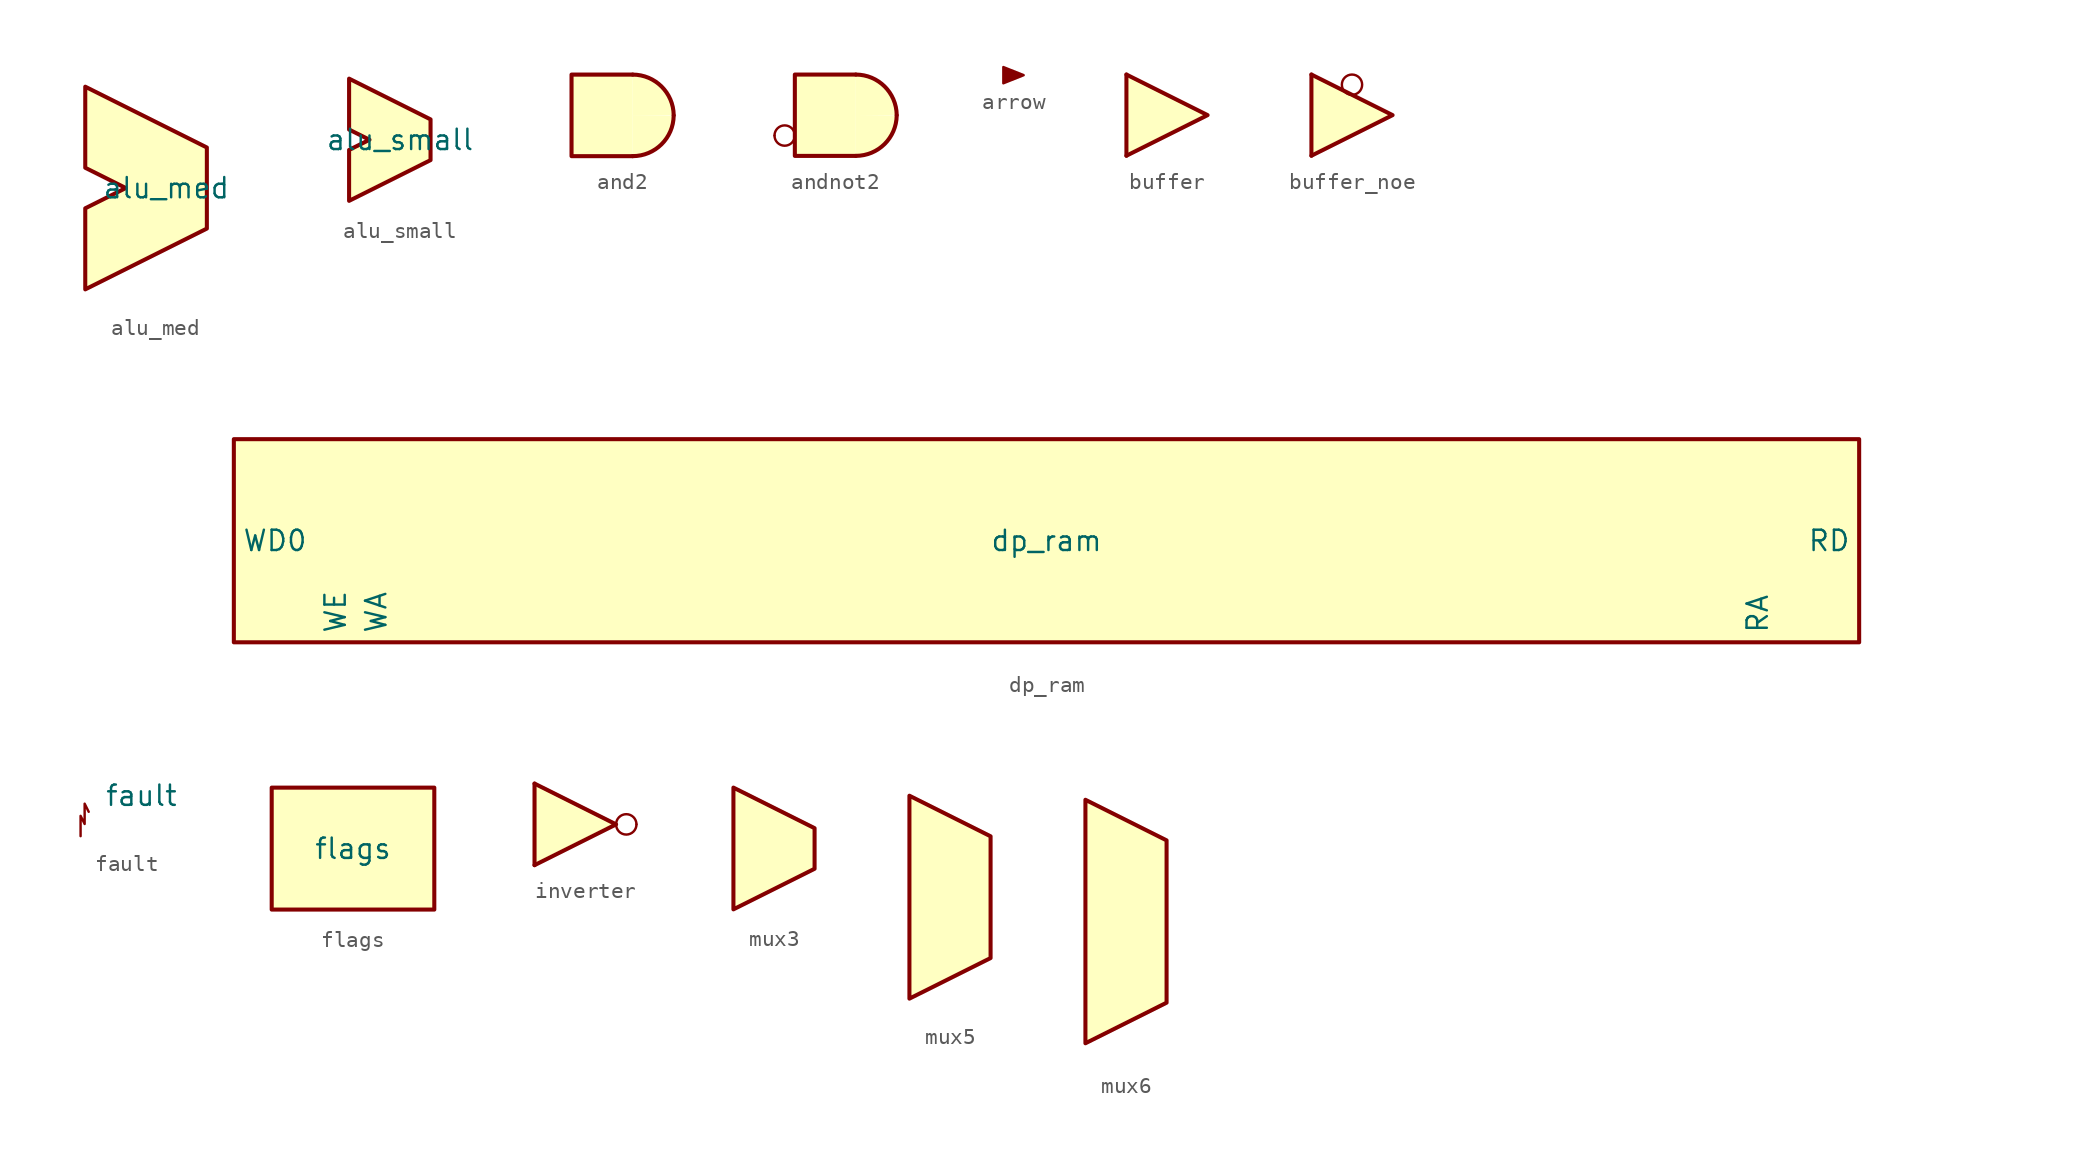
<source format=kicad_sym>
(kicad_symbol_lib
  (version 20211014)
  (generator kicad_symbol_editor)
  (symbol "alu_med"
    (pin_numbers hide)
    (pin_names hide)
    (property "Reference" "U"
      (at 0.635 5.08 0)
      (effects (font (size 1.27 1.27)) hide))
    (property "Value" "alu_med"
      (at 5.08 0 0)
      (effects (font (size 1.27 1.27))))
    (symbol "alu_med_0_1"
      (polyline (pts (xy 2.54 0) (xy 0 -1.27) (xy 0 -6.35) (xy 7.62 -2.54) (xy 7.62 2.54) (xy 0 6.35) (xy 0 1.27) (xy 2.54 0)) (stroke (width 0.254) (type default) (color 0 0 0 0)) (fill (type background))))
    (symbol "alu_med_1_1"
      (pin input line (at 0 3.81 0) (length 0) hide (name "A" (effects (font (size 1.27 1.27)))) (number "" (effects (font (size 1.27 1.27)))))
      (pin input line (at 0 -3.81 0) (length 0) hide (name "B" (effects (font (size 1.27 1.27)))) (number "" (effects (font (size 1.27 1.27)))))
      (pin output line (at 7.62 0 180) (length 0) hide (name "Y" (effects (font (size 1.27 1.27)))) (number "" (effects (font (size 1.27 1.27)))))))
  (symbol "alu_small"
    (pin_numbers hide)
    (pin_names hide)
    (property "Reference" "U"
      (at 0.635 5.08 0)
      (effects (font (size 1.27 1.27)) hide))
    (property "Value" "alu_small"
      (at 3.175 0 0)
      (effects (font (size 1.27 1.27))))
    (symbol "alu_small_0_1"
      (polyline (pts (xy 1.27 0) (xy 0 -0.635) (xy 0 -3.81) (xy 5.08 -1.27) (xy 5.08 1.27) (xy 0 3.81) (xy 0 0.635) (xy 1.27 0)) (stroke (width 0.254) (type default) (color 0 0 0 0)) (fill (type background))))
    (symbol "alu_small_1_1"
      (pin input line (at 0 2.54 0) (length 0) hide (name "A" (effects (font (size 1.27 1.27)))) (number "" (effects (font (size 1.27 1.27)))))
      (pin input line (at 0 -2.54 0) (length 0) hide (name "B" (effects (font (size 1.27 1.27)))) (number "" (effects (font (size 1.27 1.27)))))
      (pin output line (at 5.08 0 180) (length 0) hide (name "Y" (effects (font (size 1.27 1.27)))) (number "" (effects (font (size 1.27 1.27)))))))
  (symbol "and2"
    (pin_numbers hide)
    (pin_names
      (offset 1.016) hide)
    (property "Reference" "U"
      (at 0 1.27 0)
      (effects (font (size 1.27 1.27)) hide))
    (symbol "and2_0_1"
      (polyline (pts (xy 1.27 -2.54) (xy -2.54 -2.54) (xy -2.54 2.54) (xy 1.27 2.54)) (stroke (width 0.254) (type default) (color 0 0 0 0)) (fill (type background))))
    (symbol "and2_1_0"
      (arc (start 1.27 -2.54) (mid 3.0657 -1.8014) (end 3.8237 -0.0137) (stroke (width 0.254) (type default) (color 0 0 0 0)) (fill (type background)))
      (arc (start 3.8237 0.0137) (mid 3.065 1.8007) (end 1.27 2.54) (stroke (width 0.254) (type default) (color 0 0 0 0)) (fill (type background)))
      (pin input line (at -2.54 1.27 0) (length 0) (name "~" (effects (font (size 1.27 1.27)))) (number "1" (effects (font (size 1.27 1.27)))))
      (pin input line (at -2.54 -1.27 0) (length 0) (name "~" (effects (font (size 1.27 1.27)))) (number "2" (effects (font (size 1.27 1.27)))))
      (pin output line (at 3.81 0 180) (length 0) (name "~" (effects (font (size 1.27 1.27)))) (number "3" (effects (font (size 1.27 1.27)))))))
  (symbol "andnot2"
    (pin_numbers hide)
    (pin_names
      (offset 1.016) hide)
    (property "Reference" "U"
      (at 0 1.27 0)
      (effects (font (size 1.27 1.27)) hide))
    (symbol "andnot2_0_1"
      (circle (center -3.175 -1.27) (radius 0.635) (stroke (width 0) (type default) (color 0 0 0 0)) (fill (type none)))
      (polyline (pts (xy 1.27 -2.54) (xy -2.54 -2.54) (xy -2.54 2.54) (xy 1.27 2.54)) (stroke (width 0.254) (type default) (color 0 0 0 0)) (fill (type background))))
    (symbol "andnot2_1_0"
      (arc (start 1.27 -2.54) (mid 3.0657 -1.8014) (end 3.8237 -0.0137) (stroke (width 0.254) (type default) (color 0 0 0 0)) (fill (type background)))
      (arc (start 3.8237 0.0137) (mid 3.065 1.8007) (end 1.27 2.54) (stroke (width 0.254) (type default) (color 0 0 0 0)) (fill (type background)))
      (pin input line (at -2.54 1.27 0) (length 0) (name "~" (effects (font (size 1.27 1.27)))) (number "1" (effects (font (size 1.27 1.27)))))
      (pin input line (at -3.81 -1.27 0) (length 0) (name "~" (effects (font (size 1.27 1.27)))) (number "2" (effects (font (size 1.27 1.27)))))
      (pin output line (at 3.81 0 180) (length 0) (name "~" (effects (font (size 1.27 1.27)))) (number "3" (effects (font (size 1.27 1.27)))))))
  (symbol "arrow"
    (property "Reference" "U"
      (at 0 2.54 0)
      (effects (font (size 1.27 1.27)) hide))
    (symbol "arrow_0_1"
      (polyline (pts (xy -1.27 0.508) (xy 0 0) (xy -1.27 -0.508) (xy -1.27 0.508)) (stroke (width 0.152) (type default) (color 0 0 0 0)) (fill (type outline))))
    (symbol "arrow_1_1"
      (pin input line (at -1.27 0 0) (length 0) hide (name "I" (effects (font (size 1.27 1.27)))) (number "" (effects (font (size 1.27 1.27)))))
      (pin output line (at 0 0 180) (length 0) hide (name "O" (effects (font (size 1.27 1.27)))) (number "" (effects (font (size 1.27 1.27)))))))
  (symbol "buffer"
    (pin_numbers hide)
    (pin_names hide)
    (property "Reference" "U"
      (at -2.54 5.08 0)
      (effects (font (size 1.27 1.27)) hide))
    (symbol "buffer_0_1"
      (polyline (pts (xy 0 -2.54) (xy 5.08 0) (xy 0 2.54)) (stroke (width 0.254) (type default) (color 0 0 0 0)) (fill (type background)))
      (rectangle (start 0 2.54) (end 0 -2.54) (stroke (width 0.254) (type default) (color 0 0 0 0)) (fill (type background))))
    (symbol "buffer_1_1"
      (pin input line (at 0 0 0) (length 0) (name "~" (effects (font (size 1.27 1.27)))) (number "2" (effects (font (size 1.27 1.27)))))
      (pin output line (at 5.08 0 180) (length 0) (name "~" (effects (font (size 1.27 1.27)))) (number "4" (effects (font (size 1.27 1.27)))))))
  (symbol "buffer_noe"
    (pin_numbers hide)
    (pin_names hide)
    (property "Reference" "U"
      (at -2.54 5.08 0)
      (effects (font (size 1.27 1.27)) hide))
    (symbol "buffer_noe_0_1"
      (polyline (pts (xy 0 -2.54) (xy 5.08 0) (xy 0 2.54)) (stroke (width 0.254) (type default) (color 0 0 0 0)) (fill (type background)))
      (rectangle (start 0 2.54) (end 0 -2.54) (stroke (width 0.254) (type default) (color 0 0 0 0)) (fill (type background)))
      (circle (center 2.54 1.905) (radius 0.635) (stroke (width 0) (type default) (color 0 0 0 0)) (fill (type none))))
    (symbol "buffer_noe_1_1"
      (pin input line (at 0 0 0) (length 0) (name "~" (effects (font (size 1.27 1.27)))) (number "2" (effects (font (size 1.27 1.27)))))
      (pin output line (at 5.08 0 180) (length 0) (name "~" (effects (font (size 1.27 1.27)))) (number "4" (effects (font (size 1.27 1.27)))))))
  (symbol "dp_ram"
    (property "Reference" "U"
      (at 0 0 0)
      (effects (font (size 1.27 1.27)) hide))
    (property "Value" "dp_ram"
      (at 0 0 0)
      (effects (font (size 1.27 1.27))))
    (symbol "dp_ram_0_1"
      (rectangle (start -50.8 6.35) (end 50.8 -6.35) (stroke (width 0.254) (type default) (color 0 0 0 0)) (fill (type background))))
    (symbol "dp_ram_1_0"
      (pin input line (at 44.45 -6.35 90) (length 0) (name "RA" (effects (font (size 1.27 1.27)))) (number "" (effects (font (size 1.27 1.27)))))
      (pin output line (at 50.8 0 180) (length 0) (name "RD" (effects (font (size 1.27 1.27)))) (number "" (effects (font (size 1.27 1.27)))))
      (pin input line (at -41.91 -6.35 90) (length 0) (name "WA" (effects (font (size 1.27 1.27)))) (number "" (effects (font (size 1.27 1.27)))))
      (pin input line (at -50.8 0 0) (length 0) (name "WD0" (effects (font (size 1.27 1.27)))) (number "" (effects (font (size 1.27 1.27)))))
      (pin input line (at -44.45 -6.35 90) (length 0) (name "WE" (effects (font (size 1.27 1.27)))) (number "" (effects (font (size 1.27 1.27)))))))
  (symbol "fault"
    (property "Reference" "U"
      (at -0.254 -2.794 0)
      (effects (font (size 1.27 1.27)) hide))
    (property "Value" "fault"
      (at 2.54 2.54 0)
      (effects (font (size 1.27 1.27))))
    (symbol "fault_0_1"
      (polyline (pts (xy -1.27 0) (xy -1.27 1.27) (xy -1.016 0.762) (xy -1.016 2.032) (xy -0.762 1.524)) (stroke (width 0.152) (type default) (color 0 0 0 0)) (fill (type none))))
    (symbol "fault_1_1"
      (pin input line (at -1.27 0 180) (length 0) hide (name "I" (effects (font (size 1.27 1.27)))) (number "" (effects (font (size 1.27 1.27)))))))
  (symbol "flags"
    (property "Reference" "U"
      (at 0 0 0)
      (effects (font (size 1.27 1.27)) hide))
    (property "Value" "flags"
      (at 0 0 0)
      (effects (font (size 1.27 1.27))))
    (symbol "flags_0_1"
      (rectangle (start -5.08 3.81) (end 5.08 -3.81) (stroke (width 0.254) (type default) (color 0 0 0 0)) (fill (type background)))))
  (symbol "inverter"
    (pin_numbers hide)
    (pin_names hide)
    (property "Reference" "U"
      (at -2.54 5.08 0)
      (effects (font (size 1.27 1.27)) hide))
    (symbol "inverter_0_1"
      (polyline (pts (xy 0 -2.54) (xy 5.08 0) (xy 0 2.54)) (stroke (width 0.254) (type default) (color 0 0 0 0)) (fill (type background)))
      (rectangle (start 0 2.54) (end 0 -2.54) (stroke (width 0.254) (type default) (color 0 0 0 0)) (fill (type background)))
      (circle (center 5.715 0) (radius 0.635) (stroke (width 0) (type default) (color 0 0 0 0)) (fill (type none))))
    (symbol "inverter_1_1"
      (pin input line (at 0 0 0) (length 0) (name "~" (effects (font (size 1.27 1.27)))) (number "2" (effects (font (size 1.27 1.27)))))
      (pin output line (at 6.35 0 180) (length 0) (name "~" (effects (font (size 1.27 1.27)))) (number "4" (effects (font (size 1.27 1.27)))))))
  (symbol "mux3"
    (pin_numbers hide)
    (pin_names hide)
    (property "Reference" "U"
      (at 0 2.54 0)
      (effects (font (size 1.27 1.27)) hide))
    (symbol "mux3_0_1"
      (polyline (pts (xy -2.54 3.81) (xy -2.54 -3.81) (xy 2.54 -1.27) (xy 2.54 1.27) (xy -2.54 3.81)) (stroke (width 0.254) (type default) (color 0 0 0 0)) (fill (type background))))
    (symbol "mux3_1_1"
      (pin input line (at -2.54 0 0) (length 0) hide (name "A" (effects (font (size 1.27 1.27)))) (number "" (effects (font (size 1.27 1.27)))))
      (pin input line (at -2.54 -2.54 0) (length 0) hide (name "B" (effects (font (size 1.27 1.27)))) (number "" (effects (font (size 1.27 1.27)))))
      (pin input line (at -2.54 2.54 0) (length 0) hide (name "B" (effects (font (size 1.27 1.27)))) (number "" (effects (font (size 1.27 1.27)))))
      (pin output line (at 2.54 0 180) (length 0) hide (name "Y" (effects (font (size 1.27 1.27)))) (number "" (effects (font (size 1.27 1.27)))))))
  (symbol "mux5"
    (pin_numbers hide)
    (pin_names hide)
    (property "Reference" "U"
      (at 0 3.81 0)
      (effects (font (size 1.27 1.27)) hide))
    (symbol "mux5_0_1"
      (polyline (pts (xy -2.54 6.35) (xy -2.54 -6.35) (xy 2.54 -3.81) (xy 2.54 3.81) (xy -2.54 6.35)) (stroke (width 0.254) (type default) (color 0 0 0 0)) (fill (type background))))
    (symbol "mux5_1_1"
      (pin input line (at -2.54 0 0) (length 0) hide (name "A" (effects (font (size 1.27 1.27)))) (number "" (effects (font (size 1.27 1.27)))))
      (pin input line (at -2.54 5.08 0) (length 0) hide (name "A" (effects (font (size 1.27 1.27)))) (number "" (effects (font (size 1.27 1.27)))))
      (pin input line (at -2.54 -5.08 0) (length 0) hide (name "B" (effects (font (size 1.27 1.27)))) (number "" (effects (font (size 1.27 1.27)))))
      (pin input line (at -2.54 -2.54 0) (length 0) hide (name "B" (effects (font (size 1.27 1.27)))) (number "" (effects (font (size 1.27 1.27)))))
      (pin input line (at -2.54 2.54 0) (length 0) hide (name "B" (effects (font (size 1.27 1.27)))) (number "" (effects (font (size 1.27 1.27)))))
      (pin output line (at 2.54 0 180) (length 0) hide (name "Y" (effects (font (size 1.27 1.27)))) (number "" (effects (font (size 1.27 1.27)))))))
  (symbol "mux6"
    (pin_numbers hide)
    (pin_names hide)
    (property "Reference" "U"
      (at 0 5.08 0)
      (effects (font (size 1.27 1.27)) hide))
    (symbol "mux6_0_1"
      (polyline (pts (xy -2.54 7.62) (xy -2.54 -7.62) (xy 2.54 -5.08) (xy 2.54 5.08) (xy -2.54 7.62)) (stroke (width 0.254) (type default) (color 0 0 0 0)) (fill (type background))))
    (symbol "mux6_1_1"
      (pin input line (at -2.54 1.27 0) (length 0) hide (name "A" (effects (font (size 1.27 1.27)))) (number "" (effects (font (size 1.27 1.27)))))
      (pin input line (at -2.54 6.35 0) (length 0) hide (name "A" (effects (font (size 1.27 1.27)))) (number "" (effects (font (size 1.27 1.27)))))
      (pin input line (at -2.54 -6.35 0) (length 0) hide (name "B" (effects (font (size 1.27 1.27)))) (number "" (effects (font (size 1.27 1.27)))))
      (pin input line (at -2.54 -3.81 0) (length 0) hide (name "B" (effects (font (size 1.27 1.27)))) (number "" (effects (font (size 1.27 1.27)))))
      (pin input line (at -2.54 -1.27 0) (length 0) hide (name "B" (effects (font (size 1.27 1.27)))) (number "" (effects (font (size 1.27 1.27)))))
      (pin input line (at -2.54 3.81 0) (length 0) hide (name "B" (effects (font (size 1.27 1.27)))) (number "" (effects (font (size 1.27 1.27)))))
      (pin output line (at 2.54 0 180) (length 0) hide (name "Y" (effects (font (size 1.27 1.27)))) (number "" (effects (font (size 1.27 1.27))))))))
</source>
